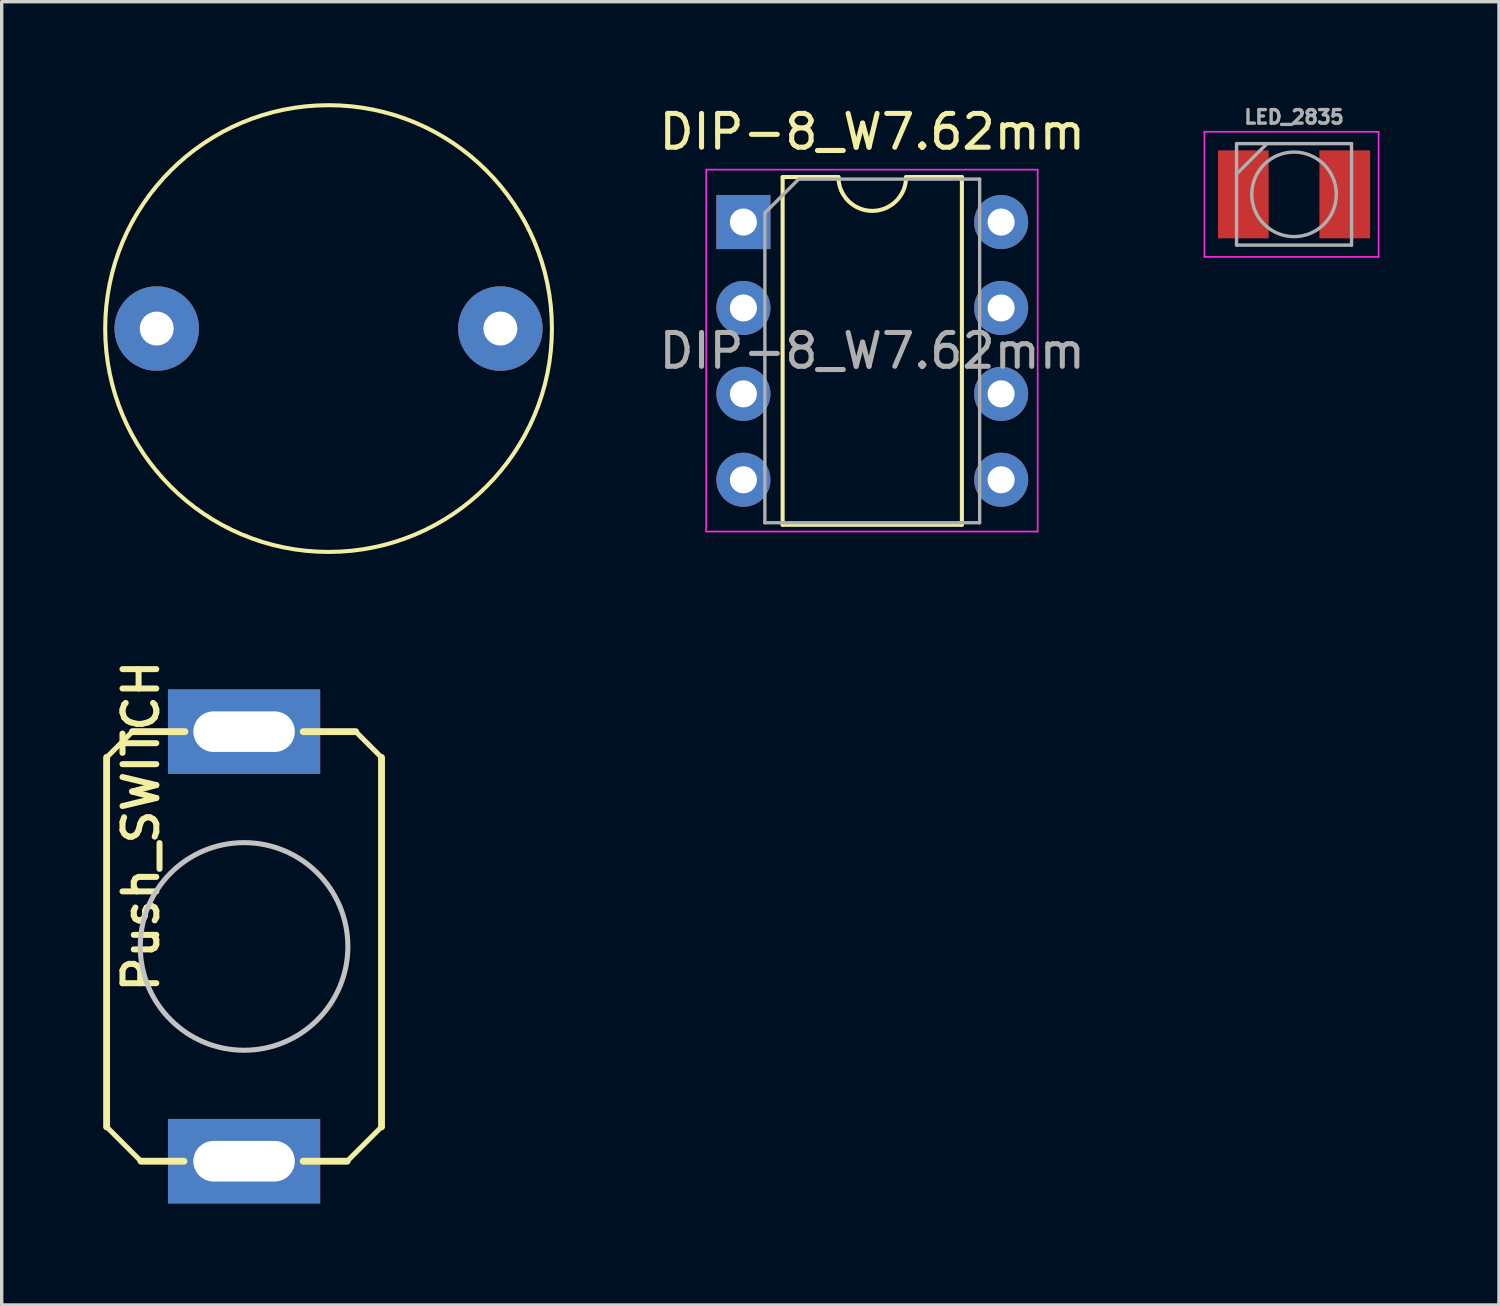
<source format=kicad_pcb>
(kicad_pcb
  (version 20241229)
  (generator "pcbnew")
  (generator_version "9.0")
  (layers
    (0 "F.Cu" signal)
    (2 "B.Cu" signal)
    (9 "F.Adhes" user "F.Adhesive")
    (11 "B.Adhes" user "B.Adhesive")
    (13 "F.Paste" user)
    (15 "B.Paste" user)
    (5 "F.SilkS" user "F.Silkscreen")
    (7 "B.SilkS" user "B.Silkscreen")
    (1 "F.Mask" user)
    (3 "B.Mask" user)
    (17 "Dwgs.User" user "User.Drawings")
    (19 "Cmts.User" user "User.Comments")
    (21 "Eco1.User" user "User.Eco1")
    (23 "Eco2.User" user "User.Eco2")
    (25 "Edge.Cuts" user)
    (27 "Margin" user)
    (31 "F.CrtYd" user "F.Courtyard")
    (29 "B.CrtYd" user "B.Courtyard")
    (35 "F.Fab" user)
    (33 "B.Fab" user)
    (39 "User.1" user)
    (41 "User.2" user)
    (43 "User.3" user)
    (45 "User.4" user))
  (footprint "Push_SWITCH"
    (layer "F.Cu")
    (at 4.166 24.932)
    (property "Reference" "Push_SWITCH" (at -3.048 -3.556 270) (layer "F.SilkS") (effects (font (size 1 1) (thickness 0.178))))
    (attr exclude_from_pos_files exclude_from_bom)
    (fp_line (start -4.064 -5.588) (end -4.064 5.334) (stroke (width 0.203) (type solid)) (layer "F.SilkS"))
    (fp_line (start -4.064 5.334) (end -3.048 6.35) (stroke (width 0.15) (type solid)) (layer "F.SilkS"))
    (fp_line (start -3.302 -6.35) (end -4.064 -5.588) (stroke (width 0.15) (type solid)) (layer "F.SilkS"))
    (fp_line (start -1.778 6.35) (end -3.048 6.35) (stroke (width 0.203) (type solid)) (layer "F.SilkS"))
    (fp_line (start -1.748 -6.35) (end -3.302 -6.35) (stroke (width 0.203) (type solid)) (layer "F.SilkS"))
    (fp_line (start 3.048 6.35) (end 1.748 6.35) (stroke (width 0.203) (type solid)) (layer "F.SilkS"))
    (fp_line (start 3.302 -6.35) (end 1.748 -6.35) (stroke (width 0.203) (type solid)) (layer "F.SilkS"))
    (fp_line (start 3.302 -6.35) (end 4.064 -5.588) (stroke (width 0.15) (type solid)) (layer "F.SilkS"))
    (fp_line (start 4.064 5.334) (end 3.048 6.35) (stroke (width 0.15) (type solid)) (layer "F.SilkS"))
    (fp_line (start 4.064 5.334) (end 4.064 -5.588) (stroke (width 0.203) (type solid)) (layer "F.SilkS"))
    (fp_circle (center 0 0) (end -1.27 2.794) (stroke (width 0.15) (type solid)) (fill no) (layer "Dwgs.User"))
    (fp_circle (center 0 0) (end -1.524 1.778) (stroke (width 0.15) (type solid)) (fill no) (layer "Eco2.User"))
    (pad "1" thru_hole rect (at 0 -6.35) (size 4.5 2.5) (drill oval 3 1.2) (layers "*.Cu" "*.Mask"))
    (pad "2" thru_hole rect (at 0 6.35) (size 4.5 2.5) (drill oval 3 1.2) (layers "*.Cu" "*.Mask")))
  (footprint "LED_2835"
    (layer "F.Cu")
    (at 35.209 2.696)
    (property "Reference" "LED_2835" (at 0 0 0) (layer "Eco2.User") (effects (font (size 1 0.8) (thickness 0.15))))
    (attr smd)
    (fp_line (start -2.65 -1.85) (end 2.5 -1.85) (stroke (width 0.05) (type solid)) (layer "F.CrtYd"))
    (fp_line (start -2.65 1.85) (end -2.65 -1.85) (stroke (width 0.05) (type solid)) (layer "F.CrtYd"))
    (fp_line (start 2.5 -1.85) (end 2.5 1.85) (stroke (width 0.05) (type solid)) (layer "F.CrtYd"))
    (fp_line (start 2.5 1.85) (end -2.65 1.85) (stroke (width 0.05) (type solid)) (layer "F.CrtYd"))
    (fp_line (start -1.7 -1.5) (end -1.7 1.5) (stroke (width 0.1) (type solid)) (layer "F.Fab"))
    (fp_line (start -1.7 -0.6) (end -0.8 -1.5) (stroke (width 0.1) (type solid)) (layer "F.Fab"))
    (fp_line (start -1.7 1.5) (end 1.7 1.5) (stroke (width 0.1) (type solid)) (layer "F.Fab"))
    (fp_line (start 1.7 -1.5) (end -1.7 -1.5) (stroke (width 0.1) (type solid)) (layer "F.Fab"))
    (fp_line (start 1.7 1.5) (end 1.7 -1.5) (stroke (width 0.1) (type solid)) (layer "F.Fab"))
    (fp_circle (center 0 0) (end 0 -1.25) (stroke (width 0.1) (type solid)) (fill no) (layer "F.Fab"))
    (fp_text user "${REFERENCE}" (at 0 -2.286 0) (layer "F.Fab") (effects (font (size 0.4 0.4) (thickness 0.1))))
    (pad "1" smd rect (at -1.5 0) (size 1.5 2.6) (layers "F.Cu" "F.Mask" "F.Paste"))
    (pad "2" smd rect (at 1.5 0) (size 1.5 2.6) (layers "F.Cu" "F.Mask" "F.Paste")))
  (footprint "DIP-8_W7.62mm"
    (layer "F.Cu")
    (at 18.929 3.515)
    (property "Reference" "DIP-8_W7.62mm" (at 3.81 -2.667 0) (layer "F.SilkS") (effects (font (size 1 1) (thickness 0.15))))
    (attr through_hole)
    (fp_line (start 1.16 -1.33) (end 1.16 8.95) (stroke (width 0.12) (type solid)) (layer "F.SilkS"))
    (fp_line (start 1.16 8.95) (end 6.46 8.95) (stroke (width 0.12) (type solid)) (layer "F.SilkS"))
    (fp_line (start 2.81 -1.33) (end 1.16 -1.33) (stroke (width 0.12) (type solid)) (layer "F.SilkS"))
    (fp_line (start 6.46 -1.33) (end 4.81 -1.33) (stroke (width 0.12) (type solid)) (layer "F.SilkS"))
    (fp_line (start 6.46 8.95) (end 6.46 -1.33) (stroke (width 0.12) (type solid)) (layer "F.SilkS"))
    (fp_arc (start 4.81 -1.33) (mid 3.81 -0.33) (end 2.81 -1.33) (stroke (width 0.12) (type solid)) (layer "F.SilkS"))
    (fp_line (start -1.1 -1.55) (end -1.1 9.15) (stroke (width 0.05) (type solid)) (layer "F.CrtYd"))
    (fp_line (start -1.1 9.15) (end 8.7 9.15) (stroke (width 0.05) (type solid)) (layer "F.CrtYd"))
    (fp_line (start 8.7 -1.55) (end -1.1 -1.55) (stroke (width 0.05) (type solid)) (layer "F.CrtYd"))
    (fp_line (start 8.7 9.15) (end 8.7 -1.55) (stroke (width 0.05) (type solid)) (layer "F.CrtYd"))
    (fp_line (start 0.635 -0.27) (end 1.635 -1.27) (stroke (width 0.1) (type solid)) (layer "F.Fab"))
    (fp_line (start 0.635 8.89) (end 0.635 -0.27) (stroke (width 0.1) (type solid)) (layer "F.Fab"))
    (fp_line (start 1.635 -1.27) (end 6.985 -1.27) (stroke (width 0.1) (type solid)) (layer "F.Fab"))
    (fp_line (start 6.985 -1.27) (end 6.985 8.89) (stroke (width 0.1) (type solid)) (layer "F.Fab"))
    (fp_line (start 6.985 8.89) (end 0.635 8.89) (stroke (width 0.1) (type solid)) (layer "F.Fab"))
    (fp_text user "${REFERENCE}" (at 3.81 3.81 0) (layer "F.Fab") (effects (font (size 1 1) (thickness 0.15))))
    (pad "1" thru_hole rect (at 0 0) (size 1.6 1.6) (drill 0.8) (layers "*.Cu" "*.Mask"))
    (pad "2" thru_hole oval (at 0 2.54) (size 1.6 1.6) (drill 0.8) (layers "*.Cu" "*.Mask"))
    (pad "3" thru_hole oval (at 0 5.08) (size 1.6 1.6) (drill 0.8) (layers "*.Cu" "*.Mask"))
    (pad "4" thru_hole oval (at 0 7.62) (size 1.6 1.6) (drill 0.8) (layers "*.Cu" "*.Mask"))
    (pad "5" thru_hole oval (at 7.62 7.62) (size 1.6 1.6) (drill 0.8) (layers "*.Cu" "*.Mask"))
    (pad "6" thru_hole oval (at 7.62 5.08) (size 1.6 1.6) (drill 0.8) (layers "*.Cu" "*.Mask"))
    (pad "7" thru_hole oval (at 7.62 2.54) (size 1.6 1.6) (drill 0.8) (layers "*.Cu" "*.Mask"))
    (pad "8" thru_hole oval (at 7.62 0) (size 1.6 1.6) (drill 0.8) (layers "*.Cu" "*.Mask")))
  (footprint "BUZZER"
    (layer "F.Cu")
    (at 6.664 6.664)
    (property "Reference" "BUZZER" (at 0.249 -1.75 0) (layer "Eco2.User") (effects (font (size 1 1) (thickness 0.15))))
    (attr through_hole)
    (fp_circle (center 0 0) (end 6.604 0) (stroke (width 0.12) (type solid)) (fill no) (layer "F.SilkS"))
    (pad "1" thru_hole circle (at -5.08 0) (size 2.499 2.499) (drill 1.001) (layers "*.Cu" "*.Mask"))
    (pad "2" thru_hole circle (at 5.08 0) (size 2.499 2.499) (drill 1.001) (layers "*.Cu" "*.Mask")))
  (gr_rect
    (start -3 -3)
    (end 41.268 35.532)
    (stroke (width 0.1) (type default))
    (fill no)
    (layer "Edge.Cuts")))
</source>
